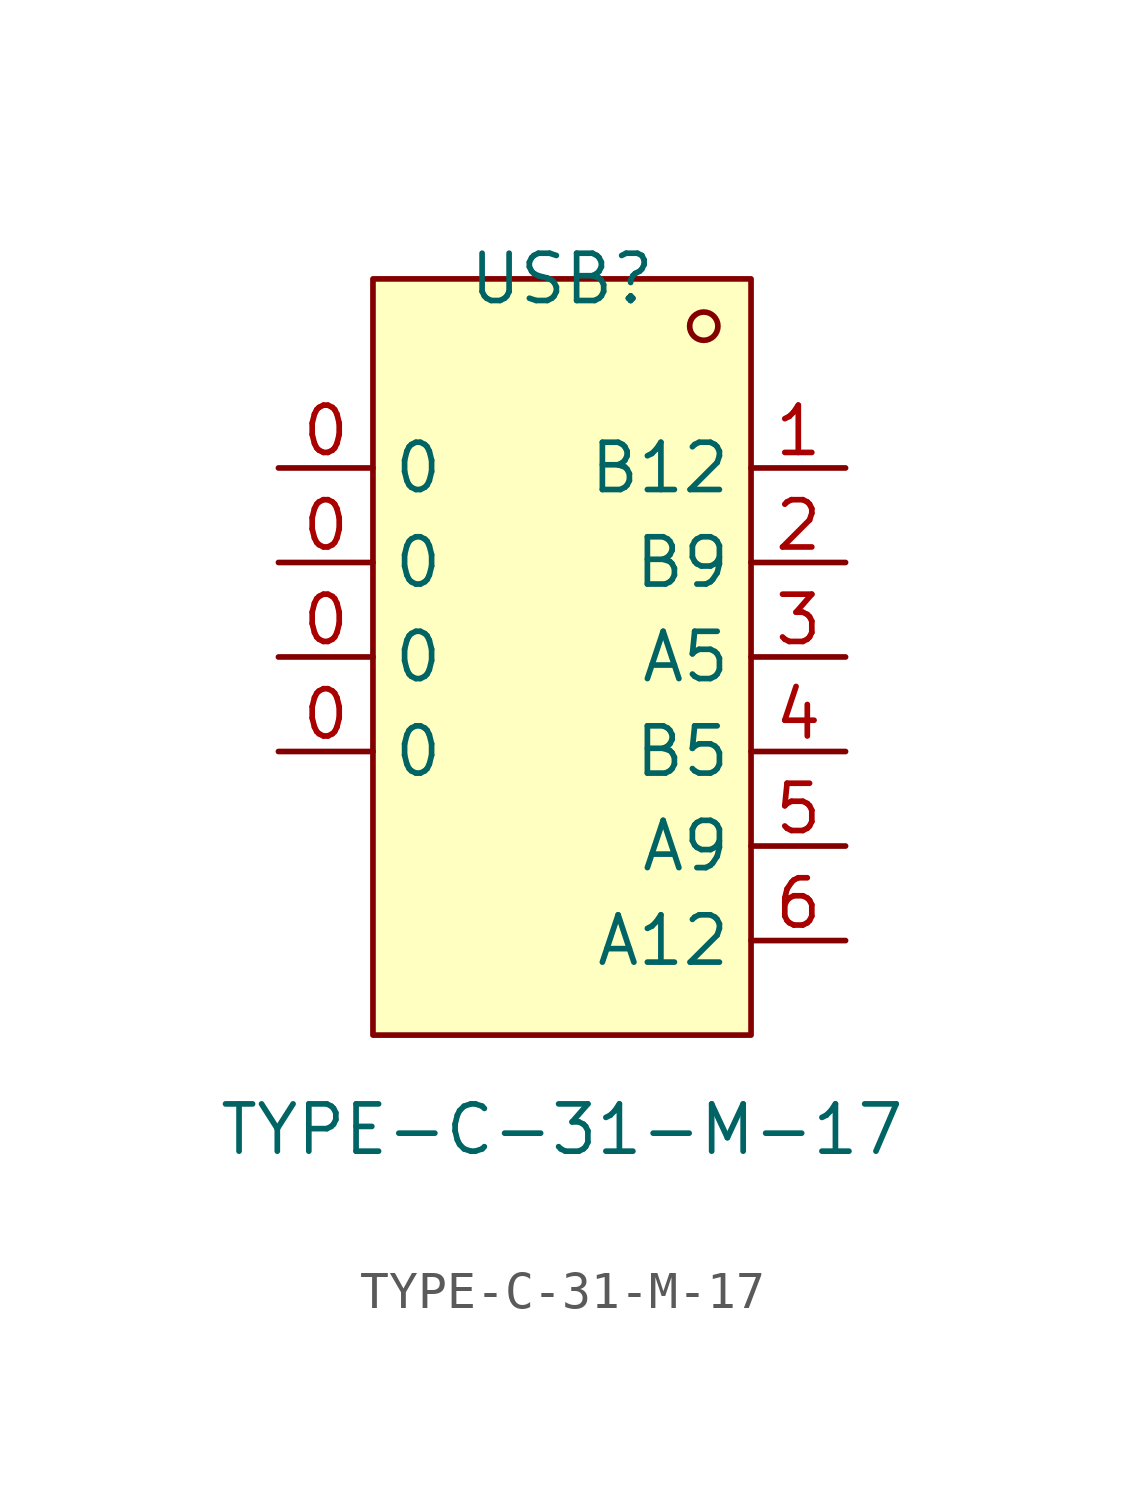
<source format=kicad_sym>
(kicad_symbol_lib
  (version 20211014)
  (generator https://github.com/uPesy/easyeda2kicad.py)
  (symbol "TYPE-C-31-M-17"
    (property "Reference" "USB"
      (at 0 10.16 0)
      (effects (font (size 1.27 1.27))))
    (property "Value" "TYPE-C-31-M-17"
      (at 0 -12.70 0)
      (effects (font (size 1.27 1.27))))
    (symbol "TYPE-C-31-M-17_0_1"
      (rectangle (start -5.08 10.16) (end 5.08 -10.16) (stroke (width 0) (type default) (color 0 0 0 0)) (fill (type background)))
      (circle (center 3.81 8.89) (radius 0.38) (stroke (width 0) (type default) (color 0 0 0 0)) (fill (type none)))
      (pin unspecified line (at 7.62 5.08 180) (length 2.54) (name "B12" (effects (font (size 1.27 1.27)))) (number "1" (effects (font (size 1.27 1.27)))))
      (pin unspecified line (at 7.62 2.54 180) (length 2.54) (name "B9" (effects (font (size 1.27 1.27)))) (number "2" (effects (font (size 1.27 1.27)))))
      (pin unspecified line (at 7.62 -0.00 180) (length 2.54) (name "A5" (effects (font (size 1.27 1.27)))) (number "3" (effects (font (size 1.27 1.27)))))
      (pin unspecified line (at 7.62 -2.54 180) (length 2.54) (name "B5" (effects (font (size 1.27 1.27)))) (number "4" (effects (font (size 1.27 1.27)))))
      (pin unspecified line (at 7.62 -5.08 180) (length 2.54) (name "A9" (effects (font (size 1.27 1.27)))) (number "5" (effects (font (size 1.27 1.27)))))
      (pin unspecified line (at 7.62 -7.62 180) (length 2.54) (name "A12" (effects (font (size 1.27 1.27)))) (number "6" (effects (font (size 1.27 1.27)))))
      (pin unspecified line (at -7.62 5.08 0) (length 2.54) (name "0" (effects (font (size 1.27 1.27)))) (number "0" (effects (font (size 1.27 1.27)))))
      (pin unspecified line (at -7.62 2.54 0) (length 2.54) (name "0" (effects (font (size 1.27 1.27)))) (number "0" (effects (font (size 1.27 1.27)))))
      (pin unspecified line (at -7.62 -0.00 0) (length 2.54) (name "0" (effects (font (size 1.27 1.27)))) (number "0" (effects (font (size 1.27 1.27)))))
      (pin unspecified line (at -7.62 -2.54 0) (length 2.54) (name "0" (effects (font (size 1.27 1.27)))) (number "0" (effects (font (size 1.27 1.27))))))))
</source>
